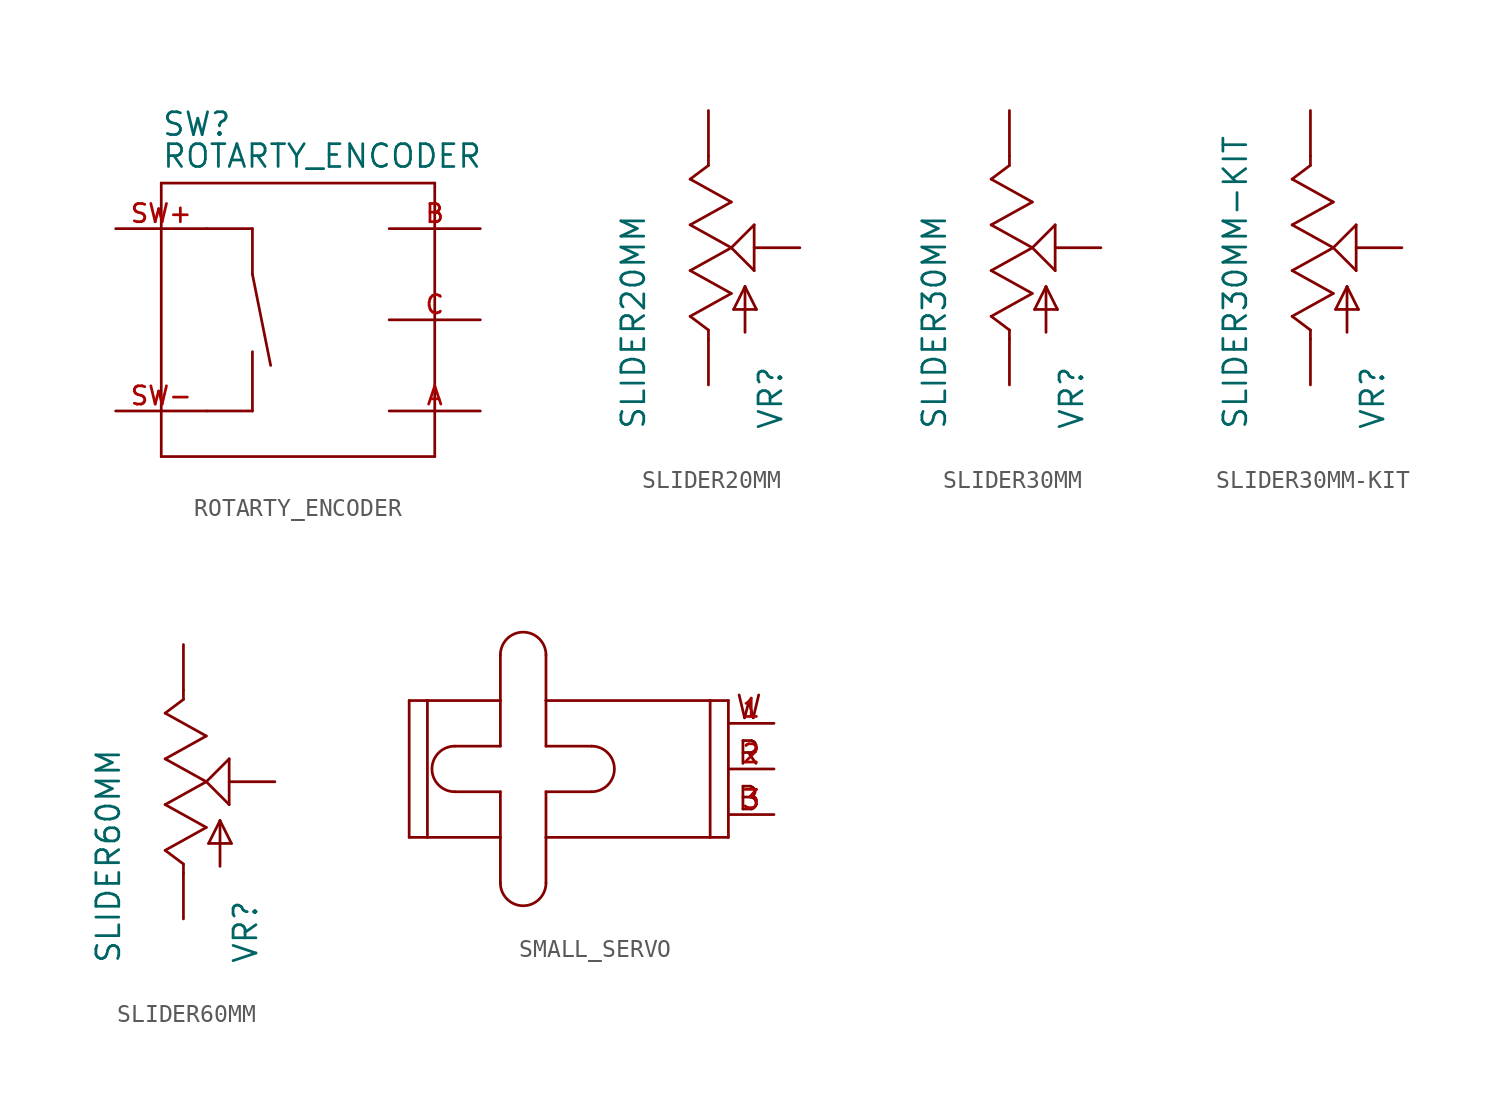
<source format=kicad_sym>
(kicad_symbol_lib
  (version 20220914)
  (generator kicad_symbol_editor)
  (symbol "ROTARTY_ENCODER"
    (pin_names
      (offset 1.016) hide)
    (property "Reference" "SW"
      (at -7.62 10.16 0)
      (effects (font (size 1.27 1.27)) (justify left bottom)))
    (property "Value" "ROTARTY_ENCODER"
      (at -7.62 8.382 0)
      (effects (font (size 1.27 1.27)) (justify left bottom)))
    (property "ki_locked" ""
      (at 0 0 0)
      (effects (font (size 1.27 1.27))))
    (symbol "ROTARTY_ENCODER_1_0"
      (polyline (pts (xy -7.62 -7.62) (xy -7.62 7.62)) (stroke (width 0) (type solid)) (fill (type none)))
      (polyline (pts (xy -7.62 7.62) (xy 7.62 7.62)) (stroke (width 0) (type solid)) (fill (type none)))
      (polyline (pts (xy -5.08 -5.08) (xy -2.54 -5.08)) (stroke (width 0) (type solid)) (fill (type none)))
      (polyline (pts (xy -5.08 5.08) (xy -2.54 5.08)) (stroke (width 0) (type solid)) (fill (type none)))
      (polyline (pts (xy -2.54 -5.08) (xy -2.54 -1.778)) (stroke (width 0) (type solid)) (fill (type none)))
      (polyline (pts (xy -2.54 2.54) (xy -1.524 -2.54)) (stroke (width 0) (type solid)) (fill (type none)))
      (polyline (pts (xy -2.54 5.08) (xy -2.54 2.54)) (stroke (width 0) (type solid)) (fill (type none)))
      (polyline (pts (xy 7.62 -7.62) (xy -7.62 -7.62)) (stroke (width 0) (type solid)) (fill (type none)))
      (polyline (pts (xy 7.62 7.62) (xy 7.62 -7.62)) (stroke (width 0) (type solid)) (fill (type none))))
    (symbol "ROTARTY_ENCODER_1_1"
      (pin bidirectional line (at 10.16 -5.08 180) (length 5.08) (name "A" (effects (font (size 1.016 1.016)))) (number "A" (effects (font (size 1.016 1.016)))))
      (pin bidirectional line (at 10.16 5.08 180) (length 5.08) (name "B" (effects (font (size 1.016 1.016)))) (number "B" (effects (font (size 1.016 1.016)))))
      (pin bidirectional line (at 10.16 0 180) (length 5.08) (name "C" (effects (font (size 1.016 1.016)))) (number "C" (effects (font (size 1.016 1.016)))))
      (pin bidirectional line (at -10.16 5.08 0) (length 5.08) (name "SW+" (effects (font (size 1.016 1.016)))) (number "SW+" (effects (font (size 1.016 1.016)))))
      (pin bidirectional line (at -10.16 -5.08 0) (length 5.08) (name "SW-" (effects (font (size 1.016 1.016)))) (number "SW-" (effects (font (size 1.016 1.016)))))))
  (symbol "SLIDER20MM"
    (pin_numbers hide)
    (pin_names
      (offset 1.016) hide)
    (property "Reference" "VR"
      (at 4.191 -10.16 90)
      (effects (font (size 1.27 1.27)) (justify left bottom)))
    (property "Value" "SLIDER20MM"
      (at -3.429 -10.16 90)
      (effects (font (size 1.27 1.27)) (justify left bottom)))
    (property "ki_locked" ""
      (at 0 0 0)
      (effects (font (size 1.27 1.27))))
    (symbol "SLIDER20MM_1_0"
      (polyline (pts (xy -1.016 -3.81) (xy 1.27 -2.54)) (stroke (width 0) (type solid)) (fill (type none)))
      (polyline (pts (xy -1.016 -1.27) (xy 1.27 0)) (stroke (width 0) (type solid)) (fill (type none)))
      (polyline (pts (xy -1.016 1.27) (xy 1.27 2.54)) (stroke (width 0) (type solid)) (fill (type none)))
      (polyline (pts (xy -1.016 3.81) (xy 0 4.572)) (stroke (width 0) (type solid)) (fill (type none)))
      (polyline (pts (xy 0 -5.08) (xy 0 -4.572)) (stroke (width 0) (type solid)) (fill (type none)))
      (polyline (pts (xy 0 -4.572) (xy -1.016 -3.81)) (stroke (width 0) (type solid)) (fill (type none)))
      (polyline (pts (xy 0 4.572) (xy 0 5.08)) (stroke (width 0) (type solid)) (fill (type none)))
      (polyline (pts (xy 1.27 -2.54) (xy -1.016 -1.27)) (stroke (width 0) (type solid)) (fill (type none)))
      (polyline (pts (xy 1.27 0) (xy -1.016 1.27)) (stroke (width 0) (type solid)) (fill (type none)))
      (polyline (pts (xy 1.27 0) (xy 2.54 1.27)) (stroke (width 0) (type solid)) (fill (type none)))
      (polyline (pts (xy 1.27 2.54) (xy -1.016 3.81)) (stroke (width 0) (type solid)) (fill (type none)))
      (polyline (pts (xy 1.397 -3.429) (xy 2.032 -2.159)) (stroke (width 0) (type solid)) (fill (type none)))
      (polyline (pts (xy 2.032 -4.699) (xy 2.032 -2.159)) (stroke (width 0) (type solid)) (fill (type none)))
      (polyline (pts (xy 2.032 -2.159) (xy 2.667 -3.429)) (stroke (width 0) (type solid)) (fill (type none)))
      (polyline (pts (xy 2.54 -1.27) (xy 1.27 0)) (stroke (width 0) (type solid)) (fill (type none)))
      (polyline (pts (xy 2.54 1.27) (xy 2.54 -1.27)) (stroke (width 0) (type solid)) (fill (type none)))
      (polyline (pts (xy 2.667 -3.429) (xy 1.397 -3.429)) (stroke (width 0) (type solid)) (fill (type none))))
    (symbol "SLIDER20MM_1_1"
      (pin passive line (at 0 -7.62 90) (length 2.54) (name "A" (effects (font (size 1.016 1.016)))) (number "BOTTOM" (effects (font (size 1.016 1.016)))))
      (pin passive line (at 0 7.62 270) (length 2.54) (name "E" (effects (font (size 1.016 1.016)))) (number "TOP" (effects (font (size 1.016 1.016)))))
      (pin passive line (at 5.08 0 180) (length 2.54) (name "S" (effects (font (size 1.016 1.016)))) (number "WIPER" (effects (font (size 1.016 1.016)))))))
  (symbol "SLIDER30MM"
    (pin_numbers hide)
    (pin_names
      (offset 1.016) hide)
    (property "Reference" "VR"
      (at 4.191 -10.16 90)
      (effects (font (size 1.27 1.27)) (justify left bottom)))
    (property "Value" "SLIDER30MM"
      (at -3.429 -10.16 90)
      (effects (font (size 1.27 1.27)) (justify left bottom)))
    (property "ki_locked" ""
      (at 0 0 0)
      (effects (font (size 1.27 1.27))))
    (symbol "SLIDER30MM_1_0"
      (polyline (pts (xy -1.016 -3.81) (xy 1.27 -2.54)) (stroke (width 0) (type solid)) (fill (type none)))
      (polyline (pts (xy -1.016 -1.27) (xy 1.27 0)) (stroke (width 0) (type solid)) (fill (type none)))
      (polyline (pts (xy -1.016 1.27) (xy 1.27 2.54)) (stroke (width 0) (type solid)) (fill (type none)))
      (polyline (pts (xy -1.016 3.81) (xy 0 4.572)) (stroke (width 0) (type solid)) (fill (type none)))
      (polyline (pts (xy 0 -5.08) (xy 0 -4.572)) (stroke (width 0) (type solid)) (fill (type none)))
      (polyline (pts (xy 0 -4.572) (xy -1.016 -3.81)) (stroke (width 0) (type solid)) (fill (type none)))
      (polyline (pts (xy 0 4.572) (xy 0 5.08)) (stroke (width 0) (type solid)) (fill (type none)))
      (polyline (pts (xy 1.27 -2.54) (xy -1.016 -1.27)) (stroke (width 0) (type solid)) (fill (type none)))
      (polyline (pts (xy 1.27 0) (xy -1.016 1.27)) (stroke (width 0) (type solid)) (fill (type none)))
      (polyline (pts (xy 1.27 0) (xy 2.54 1.27)) (stroke (width 0) (type solid)) (fill (type none)))
      (polyline (pts (xy 1.27 2.54) (xy -1.016 3.81)) (stroke (width 0) (type solid)) (fill (type none)))
      (polyline (pts (xy 1.397 -3.429) (xy 2.032 -2.159)) (stroke (width 0) (type solid)) (fill (type none)))
      (polyline (pts (xy 2.032 -4.699) (xy 2.032 -2.159)) (stroke (width 0) (type solid)) (fill (type none)))
      (polyline (pts (xy 2.032 -2.159) (xy 2.667 -3.429)) (stroke (width 0) (type solid)) (fill (type none)))
      (polyline (pts (xy 2.54 -1.27) (xy 1.27 0)) (stroke (width 0) (type solid)) (fill (type none)))
      (polyline (pts (xy 2.54 1.27) (xy 2.54 -1.27)) (stroke (width 0) (type solid)) (fill (type none)))
      (polyline (pts (xy 2.667 -3.429) (xy 1.397 -3.429)) (stroke (width 0) (type solid)) (fill (type none))))
    (symbol "SLIDER30MM_1_1"
      (pin passive line (at 0 -7.62 90) (length 2.54) (name "A" (effects (font (size 1.016 1.016)))) (number "BOTTOM" (effects (font (size 1.016 1.016)))))
      (pin passive line (at 0 7.62 270) (length 2.54) (name "E" (effects (font (size 1.016 1.016)))) (number "TOP" (effects (font (size 1.016 1.016)))))
      (pin passive line (at 5.08 0 180) (length 2.54) (name "S" (effects (font (size 1.016 1.016)))) (number "WIPER" (effects (font (size 1.016 1.016)))))))
  (symbol "SLIDER30MM-KIT"
    (pin_numbers hide)
    (pin_names
      (offset 1.016) hide)
    (property "Reference" "VR"
      (at 4.191 -10.16 90)
      (effects (font (size 1.27 1.27)) (justify left bottom)))
    (property "Value" "SLIDER30MM-KIT"
      (at -3.429 -10.16 90)
      (effects (font (size 1.27 1.27)) (justify left bottom)))
    (property "ki_locked" ""
      (at 0 0 0)
      (effects (font (size 1.27 1.27))))
    (symbol "SLIDER30MM-KIT_1_0"
      (polyline (pts (xy -1.016 -3.81) (xy 1.27 -2.54)) (stroke (width 0) (type solid)) (fill (type none)))
      (polyline (pts (xy -1.016 -1.27) (xy 1.27 0)) (stroke (width 0) (type solid)) (fill (type none)))
      (polyline (pts (xy -1.016 1.27) (xy 1.27 2.54)) (stroke (width 0) (type solid)) (fill (type none)))
      (polyline (pts (xy -1.016 3.81) (xy 0 4.572)) (stroke (width 0) (type solid)) (fill (type none)))
      (polyline (pts (xy 0 -5.08) (xy 0 -4.572)) (stroke (width 0) (type solid)) (fill (type none)))
      (polyline (pts (xy 0 -4.572) (xy -1.016 -3.81)) (stroke (width 0) (type solid)) (fill (type none)))
      (polyline (pts (xy 0 4.572) (xy 0 5.08)) (stroke (width 0) (type solid)) (fill (type none)))
      (polyline (pts (xy 1.27 -2.54) (xy -1.016 -1.27)) (stroke (width 0) (type solid)) (fill (type none)))
      (polyline (pts (xy 1.27 0) (xy -1.016 1.27)) (stroke (width 0) (type solid)) (fill (type none)))
      (polyline (pts (xy 1.27 0) (xy 2.54 1.27)) (stroke (width 0) (type solid)) (fill (type none)))
      (polyline (pts (xy 1.27 2.54) (xy -1.016 3.81)) (stroke (width 0) (type solid)) (fill (type none)))
      (polyline (pts (xy 1.397 -3.429) (xy 2.032 -2.159)) (stroke (width 0) (type solid)) (fill (type none)))
      (polyline (pts (xy 2.032 -4.699) (xy 2.032 -2.159)) (stroke (width 0) (type solid)) (fill (type none)))
      (polyline (pts (xy 2.032 -2.159) (xy 2.667 -3.429)) (stroke (width 0) (type solid)) (fill (type none)))
      (polyline (pts (xy 2.54 -1.27) (xy 1.27 0)) (stroke (width 0) (type solid)) (fill (type none)))
      (polyline (pts (xy 2.54 1.27) (xy 2.54 -1.27)) (stroke (width 0) (type solid)) (fill (type none)))
      (polyline (pts (xy 2.667 -3.429) (xy 1.397 -3.429)) (stroke (width 0) (type solid)) (fill (type none))))
    (symbol "SLIDER30MM-KIT_1_1"
      (pin passive line (at 0 -7.62 90) (length 2.54) (name "A" (effects (font (size 1.016 1.016)))) (number "BOTTOM" (effects (font (size 1.016 1.016)))))
      (pin passive line (at 0 7.62 270) (length 2.54) (name "E" (effects (font (size 1.016 1.016)))) (number "TOP" (effects (font (size 1.016 1.016)))))
      (pin passive line (at 5.08 0 180) (length 2.54) (name "S" (effects (font (size 1.016 1.016)))) (number "WIPER" (effects (font (size 1.016 1.016)))))))
  (symbol "SLIDER60MM"
    (pin_numbers hide)
    (pin_names
      (offset 1.016) hide)
    (property "Reference" "VR"
      (at 4.191 -10.16 90)
      (effects (font (size 1.27 1.27)) (justify left bottom)))
    (property "Value" "SLIDER60MM"
      (at -3.429 -10.16 90)
      (effects (font (size 1.27 1.27)) (justify left bottom)))
    (property "ki_locked" ""
      (at 0 0 0)
      (effects (font (size 1.27 1.27))))
    (symbol "SLIDER60MM_1_0"
      (polyline (pts (xy -1.016 -3.81) (xy 1.27 -2.54)) (stroke (width 0) (type solid)) (fill (type none)))
      (polyline (pts (xy -1.016 -1.27) (xy 1.27 0)) (stroke (width 0) (type solid)) (fill (type none)))
      (polyline (pts (xy -1.016 1.27) (xy 1.27 2.54)) (stroke (width 0) (type solid)) (fill (type none)))
      (polyline (pts (xy -1.016 3.81) (xy 0 4.572)) (stroke (width 0) (type solid)) (fill (type none)))
      (polyline (pts (xy 0 -5.08) (xy 0 -4.572)) (stroke (width 0) (type solid)) (fill (type none)))
      (polyline (pts (xy 0 -4.572) (xy -1.016 -3.81)) (stroke (width 0) (type solid)) (fill (type none)))
      (polyline (pts (xy 0 4.572) (xy 0 5.08)) (stroke (width 0) (type solid)) (fill (type none)))
      (polyline (pts (xy 1.27 -2.54) (xy -1.016 -1.27)) (stroke (width 0) (type solid)) (fill (type none)))
      (polyline (pts (xy 1.27 0) (xy -1.016 1.27)) (stroke (width 0) (type solid)) (fill (type none)))
      (polyline (pts (xy 1.27 0) (xy 2.54 1.27)) (stroke (width 0) (type solid)) (fill (type none)))
      (polyline (pts (xy 1.27 2.54) (xy -1.016 3.81)) (stroke (width 0) (type solid)) (fill (type none)))
      (polyline (pts (xy 1.397 -3.429) (xy 2.032 -2.159)) (stroke (width 0) (type solid)) (fill (type none)))
      (polyline (pts (xy 2.032 -4.699) (xy 2.032 -2.159)) (stroke (width 0) (type solid)) (fill (type none)))
      (polyline (pts (xy 2.032 -2.159) (xy 2.667 -3.429)) (stroke (width 0) (type solid)) (fill (type none)))
      (polyline (pts (xy 2.54 -1.27) (xy 1.27 0)) (stroke (width 0) (type solid)) (fill (type none)))
      (polyline (pts (xy 2.54 1.27) (xy 2.54 -1.27)) (stroke (width 0) (type solid)) (fill (type none)))
      (polyline (pts (xy 2.667 -3.429) (xy 1.397 -3.429)) (stroke (width 0) (type solid)) (fill (type none))))
    (symbol "SLIDER60MM_1_1"
      (pin passive line (at 0 7.62 270) (length 2.54) (name "E" (effects (font (size 1.016 1.016)))) (number "1" (effects (font (size 1.016 1.016)))))
      (pin passive line (at 5.08 0 180) (length 2.54) (name "S" (effects (font (size 1.016 1.016)))) (number "2A" (effects (font (size 1.016 1.016)))))
      (pin passive line (at 0 -7.62 90) (length 2.54) (name "A" (effects (font (size 1.016 1.016)))) (number "3" (effects (font (size 1.016 1.016)))))))
  (symbol "SMALL_SERVO"
    (pin_names
      (offset 1.016) hide)
    (property "Reference" "M"
      (at 0 0 0)
      (effects (font (size 1.27 1.27)) hide))
    (property "ki_locked" ""
      (at 0 0 0)
      (effects (font (size 1.27 1.27))))
    (symbol "SMALL_SERVO_1_0"
      (polyline (pts (xy -17.78 -6.35) (xy -16.764 -6.35)) (stroke (width 0) (type solid)) (fill (type none)))
      (polyline (pts (xy -17.78 1.27) (xy -17.78 -6.35)) (stroke (width 0) (type solid)) (fill (type none)))
      (polyline (pts (xy -16.764 -6.35) (xy -12.7 -6.35)) (stroke (width 0) (type solid)) (fill (type none)))
      (polyline (pts (xy -16.764 1.27) (xy -17.78 1.27)) (stroke (width 0) (type solid)) (fill (type none)))
      (polyline (pts (xy -16.764 1.27) (xy -16.764 -6.35)) (stroke (width 0) (type solid)) (fill (type none)))
      (polyline (pts (xy -15.24 -3.81) (xy -12.7 -3.81)) (stroke (width 0) (type solid)) (fill (type none)))
      (polyline (pts (xy -15.24 -1.27) (xy -12.7 -1.27)) (stroke (width 0) (type solid)) (fill (type none)))
      (polyline (pts (xy -12.7 -6.35) (xy -12.7 -8.89)) (stroke (width 0) (type solid)) (fill (type none)))
      (polyline (pts (xy -12.7 -3.81) (xy -12.7 -6.35)) (stroke (width 0) (type solid)) (fill (type none)))
      (polyline (pts (xy -12.7 -1.27) (xy -12.7 1.27)) (stroke (width 0) (type solid)) (fill (type none)))
      (polyline (pts (xy -12.7 1.27) (xy -16.764 1.27)) (stroke (width 0) (type solid)) (fill (type none)))
      (polyline (pts (xy -12.7 1.27) (xy -12.7 3.81)) (stroke (width 0) (type solid)) (fill (type none)))
      (polyline (pts (xy -10.16 -6.35) (xy -10.16 -8.89)) (stroke (width 0) (type solid)) (fill (type none)))
      (polyline (pts (xy -10.16 -6.35) (xy -1.016 -6.35)) (stroke (width 0) (type solid)) (fill (type none)))
      (polyline (pts (xy -10.16 -3.81) (xy -10.16 -6.35)) (stroke (width 0) (type solid)) (fill (type none)))
      (polyline (pts (xy -10.16 -1.27) (xy -7.62 -1.27)) (stroke (width 0) (type solid)) (fill (type none)))
      (polyline (pts (xy -10.16 1.27) (xy -10.16 -1.27)) (stroke (width 0) (type solid)) (fill (type none)))
      (polyline (pts (xy -10.16 3.81) (xy -10.16 1.27)) (stroke (width 0) (type solid)) (fill (type none)))
      (polyline (pts (xy -7.62 -3.81) (xy -10.16 -3.81)) (stroke (width 0) (type solid)) (fill (type none)))
      (polyline (pts (xy -1.016 -6.35) (xy 0 -6.35)) (stroke (width 0) (type solid)) (fill (type none)))
      (polyline (pts (xy -1.016 1.27) (xy -10.16 1.27)) (stroke (width 0) (type solid)) (fill (type none)))
      (polyline (pts (xy -1.016 1.27) (xy -1.016 -6.35)) (stroke (width 0) (type solid)) (fill (type none)))
      (polyline (pts (xy 0 -6.35) (xy 0 1.27)) (stroke (width 0) (type solid)) (fill (type none)))
      (polyline (pts (xy 0 1.27) (xy -1.016 1.27)) (stroke (width 0) (type solid)) (fill (type none)))
      (text "B" (at 1.143 -4.191 0) (effects (font (size 1.27 1.27))))
      (text "R" (at 1.143 -1.651 0) (effects (font (size 1.27 1.27))))
      (text "W" (at 1.143 0.889 0) (effects (font (size 1.27 1.27)))))
    (symbol "SMALL_SERVO_1_1"
      (arc (start -15.24 -1.27) (mid -16.51 -2.54) (end -15.24 -3.81) (stroke (width 0) (type solid)) (fill (type none)))
      (arc (start -12.7 -8.89) (mid -11.43 -10.16) (end -10.16 -8.89) (stroke (width 0) (type solid)) (fill (type none)))
      (arc (start -10.16 3.81) (mid -11.43 5.08) (end -12.7 3.81) (stroke (width 0) (type solid)) (fill (type none)))
      (arc (start -7.62 -3.81) (mid -6.35 -2.54) (end -7.62 -1.27) (stroke (width 0) (type solid)) (fill (type none)))
      (pin bidirectional line (at 2.54 0 180) (length 2.54) (name "SIG" (effects (font (size 1.016 1.016)))) (number "1" (effects (font (size 1.016 1.016)))))
      (pin bidirectional line (at 2.54 -2.54 180) (length 2.54) (name "V+" (effects (font (size 1.016 1.016)))) (number "2" (effects (font (size 1.016 1.016)))))
      (pin bidirectional line (at 2.54 -5.08 180) (length 2.54) (name "GND" (effects (font (size 1.016 1.016)))) (number "3" (effects (font (size 1.016 1.016))))))))
</source>
